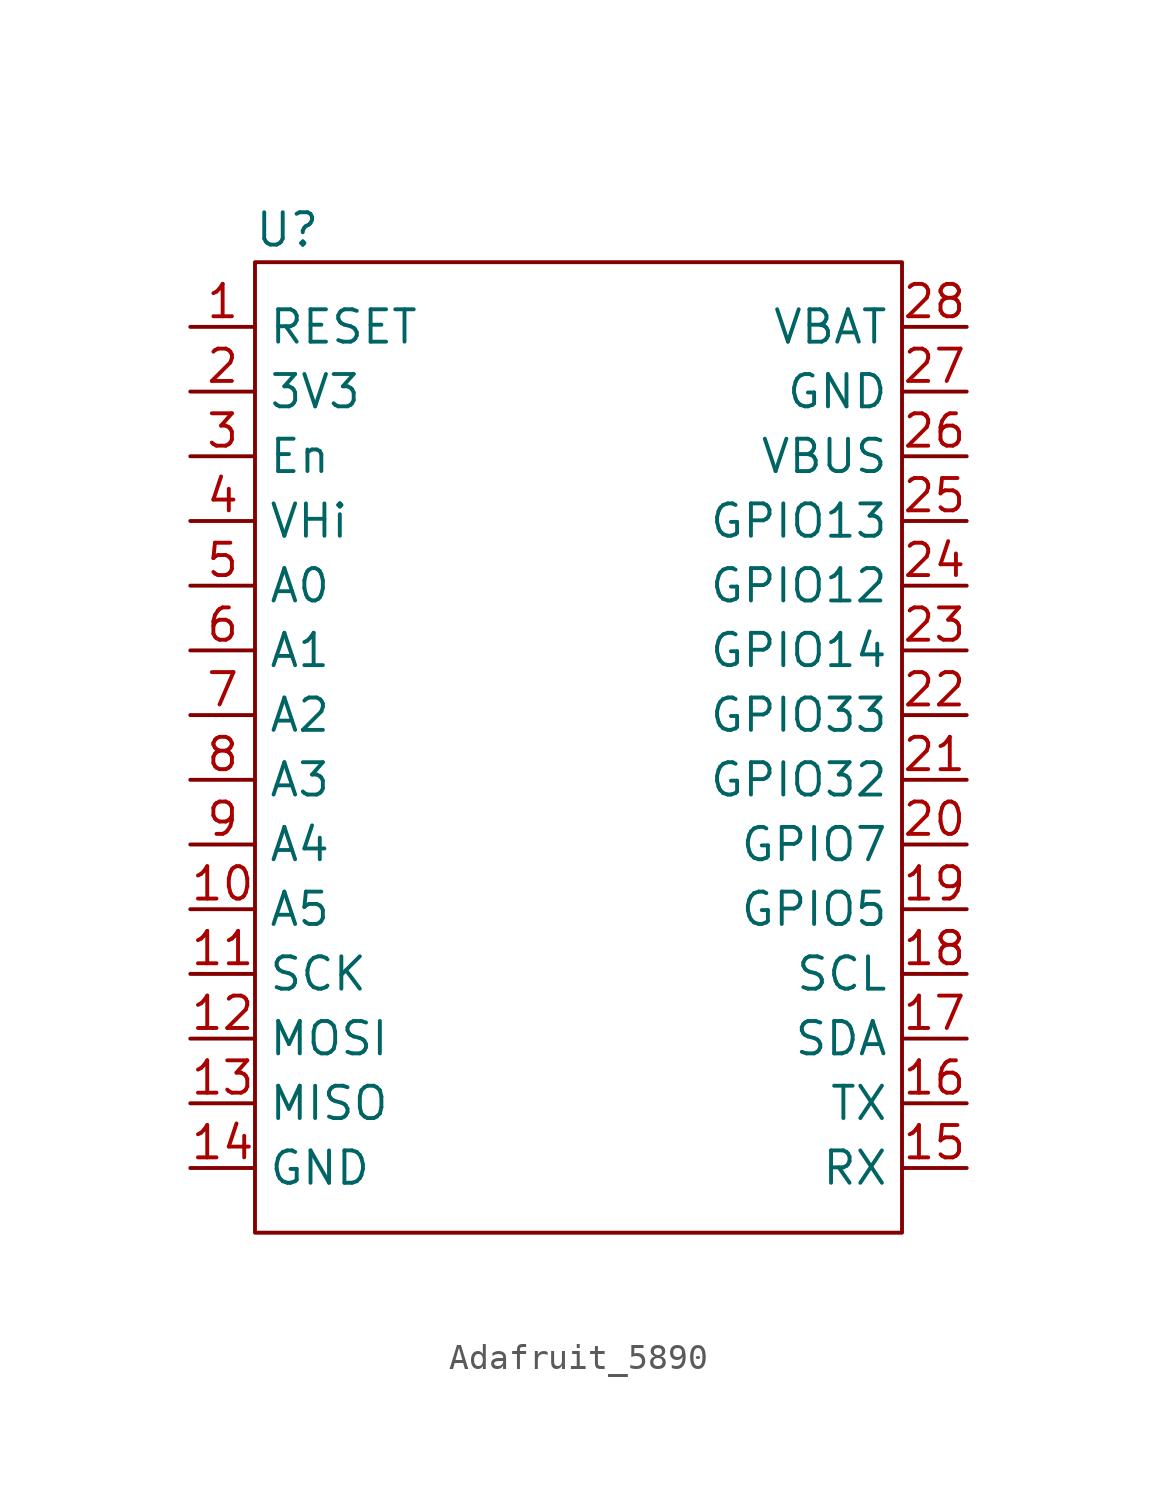
<source format=kicad_sym>
(kicad_symbol_lib
  (version 20220914)
  (generator kicad_symbol_editor)
  (symbol "Adafruit_5890"
    (property "Reference" "U"
      (at -11.43 19.05 0)
      (effects (font (size 1.27 1.27))))
    (property "Value" ""
      (at 0 2.54 0)
      (effects (font (size 1.27 1.27))))
    (symbol "Adafruit_5890_0_1"
      (rectangle (start -12.7 17.78) (end 12.7 -20.32) (stroke (width 0) (type default)) (fill (type none))))
    (symbol "Adafruit_5890_1_1"
      (pin output line (at -15.24 15.24 0) (length 2.54) (name "RESET" (effects (font (size 1.27 1.27)))) (number "1" (effects (font (size 1.27 1.27)))))
      (pin input line (at -15.24 -7.62 0) (length 2.54) (name "A5" (effects (font (size 1.27 1.27)))) (number "10" (effects (font (size 1.27 1.27)))))
      (pin bidirectional line (at -15.24 -10.16 0) (length 2.54) (name "SCK" (effects (font (size 1.27 1.27)))) (number "11" (effects (font (size 1.27 1.27)))))
      (pin bidirectional line (at -15.24 -12.7 0) (length 2.54) (name "MOSI" (effects (font (size 1.27 1.27)))) (number "12" (effects (font (size 1.27 1.27)))))
      (pin bidirectional line (at -15.24 -15.24 0) (length 2.54) (name "MISO" (effects (font (size 1.27 1.27)))) (number "13" (effects (font (size 1.27 1.27)))))
      (pin power_out line (at -15.24 -17.78 0) (length 2.54) (name "GND" (effects (font (size 1.27 1.27)))) (number "14" (effects (font (size 1.27 1.27)))))
      (pin input line (at 15.24 -17.78 180) (length 2.54) (name "RX" (effects (font (size 1.27 1.27)))) (number "15" (effects (font (size 1.27 1.27)))))
      (pin output line (at 15.24 -15.24 180) (length 2.54) (name "TX" (effects (font (size 1.27 1.27)))) (number "16" (effects (font (size 1.27 1.27)))))
      (pin unspecified line (at 15.24 -12.7 180) (length 2.54) (name "SDA" (effects (font (size 1.27 1.27)))) (number "17" (effects (font (size 1.27 1.27)))))
      (pin unspecified line (at 15.24 -10.16 180) (length 2.54) (name "SCL" (effects (font (size 1.27 1.27)))) (number "18" (effects (font (size 1.27 1.27)))))
      (pin unspecified line (at 15.24 -7.62 180) (length 2.54) (name "GPIO5" (effects (font (size 1.27 1.27)))) (number "19" (effects (font (size 1.27 1.27)))))
      (pin power_out line (at -15.24 12.7 0) (length 2.54) (name "3V3" (effects (font (size 1.27 1.27)))) (number "2" (effects (font (size 1.27 1.27)))))
      (pin unspecified line (at 15.24 -5.08 180) (length 2.54) (name "GPIO7" (effects (font (size 1.27 1.27)))) (number "20" (effects (font (size 1.27 1.27)))))
      (pin unspecified line (at 15.24 -2.54 180) (length 2.54) (name "GPIO32" (effects (font (size 1.27 1.27)))) (number "21" (effects (font (size 1.27 1.27)))))
      (pin unspecified line (at 15.24 0 180) (length 2.54) (name "GPIO33" (effects (font (size 1.27 1.27)))) (number "22" (effects (font (size 1.27 1.27)))))
      (pin unspecified line (at 15.24 2.54 180) (length 2.54) (name "GPIO14" (effects (font (size 1.27 1.27)))) (number "23" (effects (font (size 1.27 1.27)))))
      (pin unspecified line (at 15.24 5.08 180) (length 2.54) (name "GPIO12" (effects (font (size 1.27 1.27)))) (number "24" (effects (font (size 1.27 1.27)))))
      (pin unspecified line (at 15.24 7.62 180) (length 2.54) (name "GPIO13" (effects (font (size 1.27 1.27)))) (number "25" (effects (font (size 1.27 1.27)))))
      (pin unspecified line (at 15.24 10.16 180) (length 2.54) (name "VBUS" (effects (font (size 1.27 1.27)))) (number "26" (effects (font (size 1.27 1.27)))))
      (pin power_out line (at 15.24 12.7 180) (length 2.54) (name "GND" (effects (font (size 1.27 1.27)))) (number "27" (effects (font (size 1.27 1.27)))))
      (pin power_in line (at 15.24 15.24 180) (length 2.54) (name "VBAT" (effects (font (size 1.27 1.27)))) (number "28" (effects (font (size 1.27 1.27)))))
      (pin input line (at -15.24 10.16 0) (length 2.54) (name "En" (effects (font (size 1.27 1.27)))) (number "3" (effects (font (size 1.27 1.27)))))
      (pin unspecified line (at -15.24 7.62 0) (length 2.54) (name "VHi" (effects (font (size 1.27 1.27)))) (number "4" (effects (font (size 1.27 1.27)))))
      (pin input line (at -15.24 5.08 0) (length 2.54) (name "A0" (effects (font (size 1.27 1.27)))) (number "5" (effects (font (size 1.27 1.27)))))
      (pin input line (at -15.24 2.54 0) (length 2.54) (name "A1" (effects (font (size 1.27 1.27)))) (number "6" (effects (font (size 1.27 1.27)))))
      (pin input line (at -15.24 0 0) (length 2.54) (name "A2" (effects (font (size 1.27 1.27)))) (number "7" (effects (font (size 1.27 1.27)))))
      (pin input line (at -15.24 -2.54 0) (length 2.54) (name "A3" (effects (font (size 1.27 1.27)))) (number "8" (effects (font (size 1.27 1.27)))))
      (pin input line (at -15.24 -5.08 0) (length 2.54) (name "A4" (effects (font (size 1.27 1.27)))) (number "9" (effects (font (size 1.27 1.27))))))))
</source>
